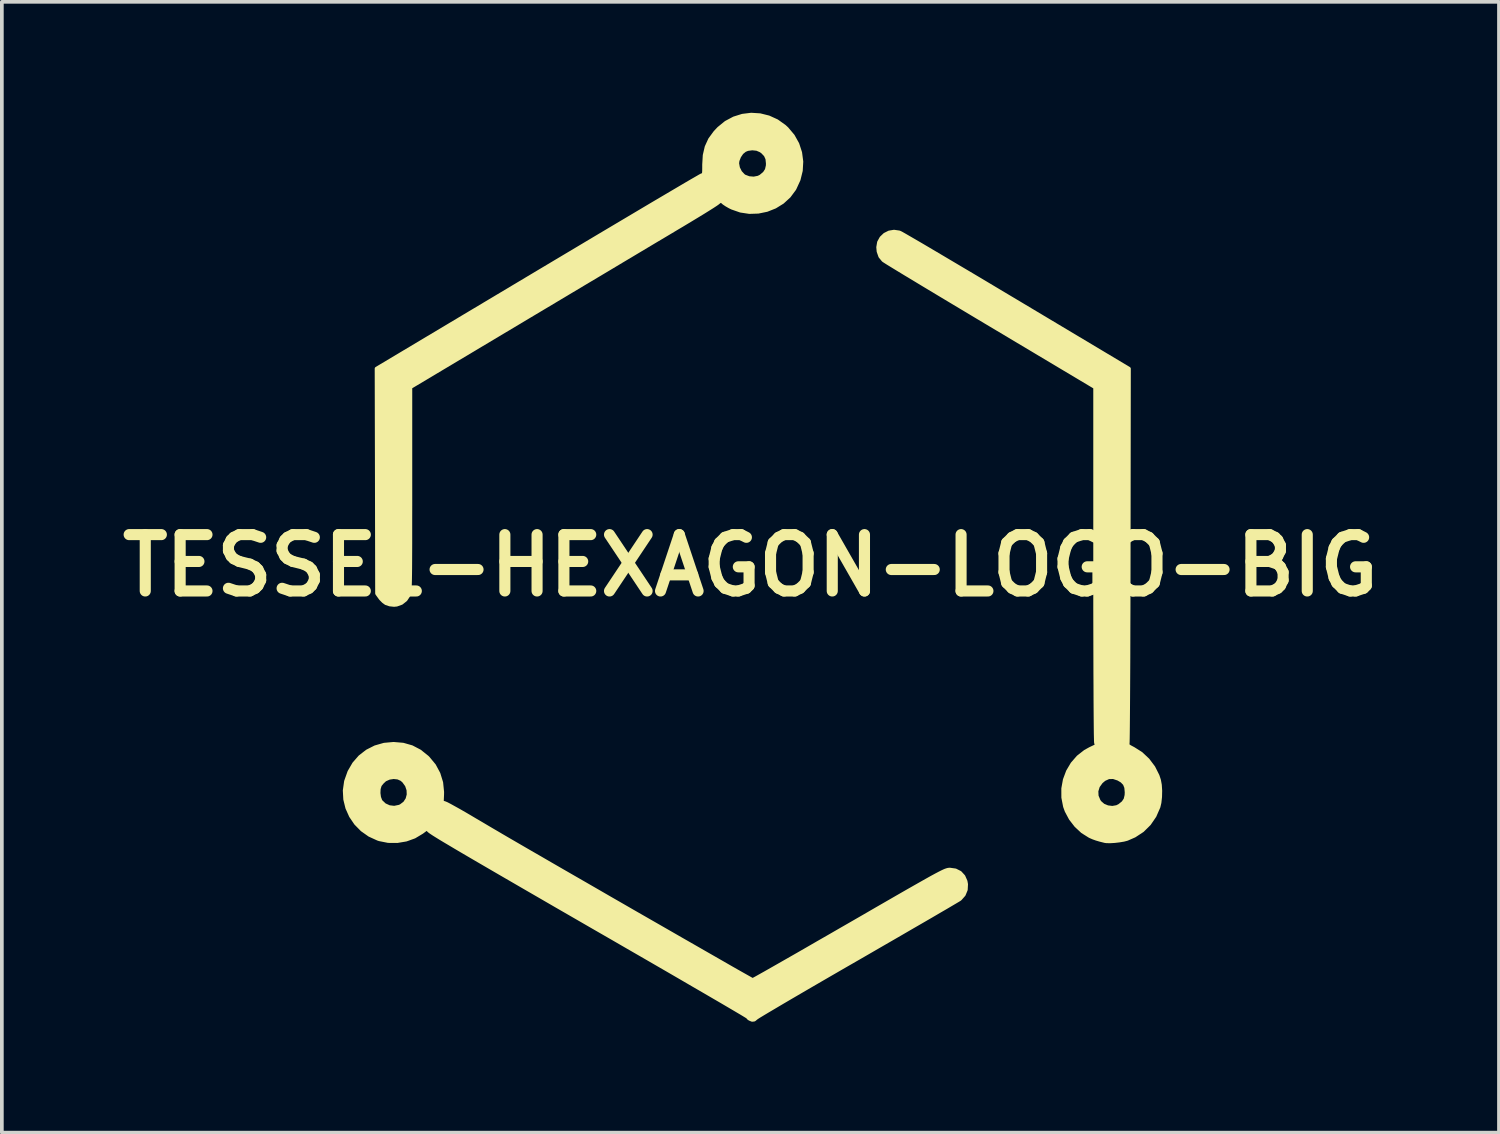
<source format=kicad_pcb>
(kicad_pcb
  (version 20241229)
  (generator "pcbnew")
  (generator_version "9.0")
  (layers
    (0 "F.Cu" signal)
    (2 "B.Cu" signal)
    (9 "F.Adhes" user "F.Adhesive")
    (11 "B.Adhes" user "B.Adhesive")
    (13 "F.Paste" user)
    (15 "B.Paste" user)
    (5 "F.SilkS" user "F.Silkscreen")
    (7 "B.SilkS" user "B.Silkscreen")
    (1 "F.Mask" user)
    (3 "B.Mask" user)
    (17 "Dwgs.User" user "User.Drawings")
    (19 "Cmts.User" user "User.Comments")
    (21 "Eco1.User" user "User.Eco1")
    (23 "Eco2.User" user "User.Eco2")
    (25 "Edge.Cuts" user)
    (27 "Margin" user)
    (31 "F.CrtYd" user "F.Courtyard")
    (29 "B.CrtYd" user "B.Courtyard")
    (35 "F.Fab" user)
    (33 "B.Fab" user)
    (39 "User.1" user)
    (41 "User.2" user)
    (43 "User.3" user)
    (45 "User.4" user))
  (footprint "TESSEL-HEXAGON-LOGO-BIG"
    (layer "F.Cu")
    (at 17.243 12.242)
    (property "Reference" "TESSEL-HEXAGON-LOGO-BIG" (at 0 0 0) (layer "F.SilkS") (effects (font (size 1.524 1.524) (thickness 0.3))))
    (attr through_hole)
    (fp_poly (pts (xy 1.379 -10.923) (xy 1.365 -10.677) (xy 1.305 -10.434) (xy 1.197 -10.199) (xy 1.188 -10.182) (xy 1.044 -9.988) (xy 0.868 -9.827) (xy 0.666 -9.702) (xy 0.47 -9.624) (xy 0.47 -10.871) (xy 0.457 -10.999) (xy 0.412 -11.098) (xy 0.329 -11.185) (xy 0.28 -11.22) (xy 0.175 -11.265) (xy 0.05 -11.278) (xy -0.076 -11.261) (xy -0.152 -11.23) (xy -0.234 -11.163) (xy -0.302 -11.063) (xy -0.346 -10.951) (xy -0.356 -10.875) (xy -0.334 -10.752) (xy -0.276 -10.635) (xy -0.192 -10.544) (xy -0.159 -10.521) (xy -0.039 -10.476) (xy 0.091 -10.465) (xy 0.214 -10.489) (xy 0.28 -10.522) (xy 0.382 -10.607) (xy 0.442 -10.699) (xy 0.468 -10.813) (xy 0.47 -10.871) (xy 0.47 -9.624) (xy 0.445 -9.614) (xy 0.211 -9.566) (xy -0.028 -9.558) (xy -0.266 -9.594) (xy -0.496 -9.674) (xy -0.561 -9.706) (xy -0.645 -9.754) (xy -0.715 -9.801) (xy -0.751 -9.832) (xy -0.778 -9.857) (xy -0.804 -9.86) (xy -0.844 -9.837) (xy -0.898 -9.794) (xy -0.943 -9.763) (xy -1.027 -9.708) (xy -1.143 -9.635) (xy -1.286 -9.546) (xy -1.452 -9.445) (xy -1.634 -9.335) (xy -1.827 -9.219) (xy -1.867 -9.195) (xy -1.992 -9.121) (xy -2.157 -9.022) (xy -2.36 -8.901) (xy -2.596 -8.761) (xy -2.862 -8.602) (xy -3.155 -8.427) (xy -3.472 -8.238) (xy -3.809 -8.036) (xy -4.163 -7.825) (xy -4.531 -7.606) (xy -4.909 -7.38) (xy -5.294 -7.15) (xy -5.683 -6.918) (xy -5.963 -6.751) (xy -9.195 -4.821) (xy -9.195 -2.061) (xy -9.195 -1.627) (xy -9.196 -1.24) (xy -9.196 -0.899) (xy -9.196 -0.599) (xy -9.197 -0.339) (xy -9.198 -0.115) (xy -9.199 0.076) (xy -9.201 0.237) (xy -9.203 0.37) (xy -9.206 0.479) (xy -9.209 0.566) (xy -9.213 0.634) (xy -9.217 0.687) (xy -9.222 0.727) (xy -9.228 0.757) (xy -9.234 0.78) (xy -9.241 0.799) (xy -9.244 0.805) (xy -9.324 0.925) (xy -9.435 1.013) (xy -9.565 1.06) (xy -9.637 1.067) (xy -9.752 1.055) (xy -9.851 1.022) (xy -9.856 1.02) (xy -9.924 0.97) (xy -9.995 0.898) (xy -10.02 0.865) (xy -10.097 0.758) (xy -10.103 -2.283) (xy -10.11 -5.324) (xy -5.744 -7.931) (xy -5.31 -8.19) (xy -4.887 -8.442) (xy -4.478 -8.686) (xy -4.084 -8.921) (xy -3.707 -9.145) (xy -3.35 -9.357) (xy -3.015 -9.556) (xy -2.704 -9.741) (xy -2.418 -9.91) (xy -2.16 -10.062) (xy -1.933 -10.196) (xy -1.738 -10.311) (xy -1.577 -10.405) (xy -1.452 -10.477) (xy -1.366 -10.527) (xy -1.321 -10.551) (xy -1.314 -10.554) (xy -1.286 -10.563) (xy -1.268 -10.579) (xy -1.258 -10.611) (xy -1.254 -10.67) (xy -1.253 -10.764) (xy -1.253 -10.841) (xy -1.238 -11.094) (xy -1.186 -11.318) (xy -1.093 -11.521) (xy -0.955 -11.71) (xy -0.855 -11.817) (xy -0.66 -11.976) (xy -0.444 -12.091) (xy -0.215 -12.163) (xy 0.022 -12.192) (xy 0.26 -12.177) (xy 0.493 -12.119) (xy 0.715 -12.018) (xy 0.919 -11.873) (xy 0.985 -11.812) (xy 1.15 -11.616) (xy 1.271 -11.399) (xy 1.347 -11.166) (xy 1.379 -10.923)) (stroke (width 0.1) (type solid)) (fill yes) (layer "F.SilkS"))
    (fp_poly (pts (xy 11.085 6.092) (xy 11.081 6.258) (xy 11.064 6.413) (xy 11.037 6.528) (xy 10.93 6.772) (xy 10.784 6.985) (xy 10.602 7.165) (xy 10.386 7.307) (xy 10.187 7.394) (xy 10.173 7.398) (xy 10.173 6.134) (xy 10.161 6.002) (xy 10.122 5.904) (xy 10.047 5.827) (xy 9.949 5.769) (xy 9.814 5.724) (xy 9.687 5.727) (xy 9.568 5.781) (xy 9.485 5.851) (xy 9.399 5.97) (xy 9.359 6.101) (xy 9.365 6.235) (xy 9.419 6.365) (xy 9.448 6.407) (xy 9.541 6.488) (xy 9.659 6.537) (xy 9.787 6.553) (xy 9.91 6.532) (xy 9.982 6.496) (xy 10.083 6.414) (xy 10.143 6.325) (xy 10.169 6.214) (xy 10.173 6.134) (xy 10.173 7.398) (xy 10.097 7.418) (xy 9.979 7.438) (xy 9.852 7.453) (xy 9.731 7.46) (xy 9.632 7.459) (xy 9.588 7.453) (xy 9.453 7.419) (xy 9.352 7.389) (xy 9.269 7.359) (xy 9.189 7.324) (xy 9.168 7.313) (xy 8.978 7.193) (xy 8.806 7.033) (xy 8.66 6.844) (xy 8.549 6.636) (xy 8.506 6.517) (xy 8.459 6.275) (xy 8.458 6.032) (xy 8.501 5.794) (xy 8.585 5.569) (xy 8.707 5.363) (xy 8.864 5.182) (xy 9.054 5.033) (xy 9.186 4.96) (xy 9.368 4.873) (xy 9.345 4.793) (xy 9.342 4.758) (xy 9.34 4.675) (xy 9.337 4.545) (xy 9.335 4.371) (xy 9.333 4.153) (xy 9.331 3.895) (xy 9.329 3.598) (xy 9.328 3.264) (xy 9.326 2.896) (xy 9.325 2.495) (xy 9.324 2.063) (xy 9.323 1.603) (xy 9.322 1.116) (xy 9.322 0.605) (xy 9.322 0.07) (xy 9.322 -0.053) (xy 9.322 -4.819) (xy 6.497 -6.505) (xy 6.148 -6.713) (xy 5.811 -6.915) (xy 5.487 -7.109) (xy 5.18 -7.293) (xy 4.892 -7.466) (xy 4.626 -7.626) (xy 4.385 -7.772) (xy 4.17 -7.901) (xy 3.986 -8.013) (xy 3.834 -8.106) (xy 3.718 -8.177) (xy 3.639 -8.227) (xy 3.601 -8.252) (xy 3.598 -8.253) (xy 3.511 -8.359) (xy 3.464 -8.494) (xy 3.454 -8.606) (xy 3.477 -8.741) (xy 3.541 -8.857) (xy 3.635 -8.947) (xy 3.752 -9.006) (xy 3.884 -9.028) (xy 4.02 -9.008) (xy 4.047 -8.998) (xy 4.082 -8.98) (xy 4.158 -8.937) (xy 4.272 -8.871) (xy 4.422 -8.784) (xy 4.606 -8.677) (xy 4.82 -8.551) (xy 5.062 -8.408) (xy 5.329 -8.25) (xy 5.619 -8.078) (xy 5.93 -7.894) (xy 6.258 -7.699) (xy 6.601 -7.494) (xy 6.956 -7.282) (xy 7.198 -7.138) (xy 10.237 -5.322) (xy 10.23 -0.28) (xy 10.229 0.223) (xy 10.228 0.713) (xy 10.227 1.187) (xy 10.225 1.643) (xy 10.224 2.079) (xy 10.223 2.491) (xy 10.221 2.878) (xy 10.219 3.237) (xy 10.217 3.565) (xy 10.215 3.861) (xy 10.213 4.122) (xy 10.211 4.345) (xy 10.209 4.527) (xy 10.207 4.667) (xy 10.205 4.762) (xy 10.203 4.81) (xy 10.202 4.815) (xy 10.197 4.844) (xy 10.213 4.871) (xy 10.257 4.903) (xy 10.339 4.947) (xy 10.355 4.955) (xy 10.564 5.087) (xy 10.747 5.259) (xy 10.899 5.461) (xy 11.012 5.686) (xy 11.051 5.804) (xy 11.075 5.934) (xy 11.085 6.092)) (stroke (width 0.1) (type solid)) (fill yes) (layer "F.SilkS"))
    (fp_poly (pts (xy 5.834 8.62) (xy 5.826 8.769) (xy 5.771 8.902) (xy 5.674 9.012) (xy 5.658 9.025) (xy 5.626 9.045) (xy 5.552 9.089) (xy 5.44 9.155) (xy 5.293 9.242) (xy 5.112 9.347) (xy 4.902 9.47) (xy 4.664 9.608) (xy 4.401 9.76) (xy 4.117 9.925) (xy 3.813 10.101) (xy 3.494 10.285) (xy 3.161 10.478) (xy 2.896 10.631) (xy 2.555 10.827) (xy 2.225 11.018) (xy 1.911 11.2) (xy 1.613 11.373) (xy 1.335 11.535) (xy 1.08 11.684) (xy 0.85 11.819) (xy 0.649 11.938) (xy 0.478 12.039) (xy 0.341 12.121) (xy 0.24 12.182) (xy 0.179 12.221) (xy 0.16 12.234) (xy 0.102 12.282) (xy 0.046 12.288) (xy -0.02 12.26) (xy -0.058 12.232) (xy -0.065 12.214) (xy -0.085 12.201) (xy -0.147 12.163) (xy -0.248 12.102) (xy -0.387 12.02) (xy -0.56 11.918) (xy -0.766 11.797) (xy -1.003 11.659) (xy -1.267 11.505) (xy -1.557 11.337) (xy -1.871 11.154) (xy -2.205 10.96) (xy -2.559 10.755) (xy -2.929 10.541) (xy -3.314 10.319) (xy -3.677 10.109) (xy -4.241 9.784) (xy -4.762 9.483) (xy -5.242 9.206) (xy -5.682 8.951) (xy -6.085 8.718) (xy -6.452 8.505) (xy -6.785 8.312) (xy -7.084 8.138) (xy -7.352 7.982) (xy -7.59 7.843) (xy -7.8 7.72) (xy -7.983 7.612) (xy -8.141 7.518) (xy -8.276 7.438) (xy -8.389 7.37) (xy -8.481 7.313) (xy -8.555 7.267) (xy -8.611 7.23) (xy -8.652 7.202) (xy -8.679 7.182) (xy -8.688 7.174) (xy -8.752 7.113) (xy -8.885 7.212) (xy -9.087 7.333) (xy -9.244 7.39) (xy -9.244 6.198) (xy -9.249 6.07) (xy -9.291 5.945) (xy -9.372 5.833) (xy -9.431 5.781) (xy -9.529 5.737) (xy -9.647 5.724) (xy -9.769 5.742) (xy -9.875 5.789) (xy -9.89 5.799) (xy -9.957 5.862) (xy -10.013 5.931) (xy -10.023 5.949) (xy -10.05 6.041) (xy -10.055 6.155) (xy -10.04 6.27) (xy -10.005 6.363) (xy -9.994 6.381) (xy -9.893 6.477) (xy -9.768 6.534) (xy -9.631 6.55) (xy -9.493 6.522) (xy -9.45 6.503) (xy -9.345 6.424) (xy -9.276 6.319) (xy -9.244 6.198) (xy -9.244 7.39) (xy -9.312 7.414) (xy -9.551 7.454) (xy -9.794 7.452) (xy -10.03 7.405) (xy -10.073 7.391) (xy -10.3 7.287) (xy -10.5 7.146) (xy -10.669 6.974) (xy -10.804 6.775) (xy -10.902 6.557) (xy -10.959 6.325) (xy -10.972 6.085) (xy -10.938 5.843) (xy -10.934 5.828) (xy -10.846 5.581) (xy -10.719 5.362) (xy -10.557 5.176) (xy -10.364 5.026) (xy -10.145 4.915) (xy -9.904 4.846) (xy -9.651 4.823) (xy -9.393 4.845) (xy -9.158 4.912) (xy -8.942 5.025) (xy -8.741 5.186) (xy -8.717 5.21) (xy -8.553 5.408) (xy -8.434 5.63) (xy -8.36 5.87) (xy -8.334 6.124) (xy -8.335 6.194) (xy -8.344 6.401) (xy -8.255 6.43) (xy -8.209 6.45) (xy -8.127 6.493) (xy -8.015 6.555) (xy -7.88 6.63) (xy -7.73 6.716) (xy -7.607 6.788) (xy -7.442 6.886) (xy -7.278 6.982) (xy -7.126 7.072) (xy -6.994 7.15) (xy -6.891 7.21) (xy -6.845 7.237) (xy -6.73 7.305) (xy -6.581 7.392) (xy -6.4 7.497) (xy -6.19 7.619) (xy -5.954 7.756) (xy -5.695 7.905) (xy -5.416 8.067) (xy -5.12 8.238) (xy -4.809 8.417) (xy -4.486 8.603) (xy -4.155 8.794) (xy -3.818 8.989) (xy -3.477 9.185) (xy -3.137 9.381) (xy -2.799 9.575) (xy -2.466 9.766) (xy -2.142 9.952) (xy -1.829 10.132) (xy -1.53 10.303) (xy -1.248 10.465) (xy -0.986 10.615) (xy -0.747 10.752) (xy -0.533 10.875) (xy -0.347 10.981) (xy -0.193 11.068) (xy -0.072 11.136) (xy 0.011 11.183) (xy 0.055 11.207) (xy 0.061 11.21) (xy 0.086 11.197) (xy 0.152 11.161) (xy 0.257 11.102) (xy 0.398 11.023) (xy 0.572 10.924) (xy 0.776 10.808) (xy 1.007 10.676) (xy 1.263 10.53) (xy 1.541 10.37) (xy 1.837 10.199) (xy 2.151 10.019) (xy 2.478 9.83) (xy 2.673 9.718) (xy 3.065 9.492) (xy 3.415 9.289) (xy 3.726 9.11) (xy 4 8.952) (xy 4.24 8.814) (xy 4.449 8.695) (xy 4.629 8.593) (xy 4.781 8.507) (xy 4.91 8.435) (xy 5.017 8.377) (xy 5.104 8.331) (xy 5.175 8.295) (xy 5.232 8.268) (xy 5.276 8.249) (xy 5.312 8.237) (xy 5.34 8.229) (xy 5.364 8.226) (xy 5.386 8.224) (xy 5.395 8.224) (xy 5.544 8.245) (xy 5.669 8.308) (xy 5.762 8.409) (xy 5.82 8.541) (xy 5.834 8.62)) (stroke (width 0.1) (type solid)) (fill yes) (layer "F.SilkS")))
  (gr_rect
    (start -3 -3)
    (end 37.486 27.579)
    (stroke (width 0.1) (type default))
    (fill no)
    (layer "Edge.Cuts")))
</source>
